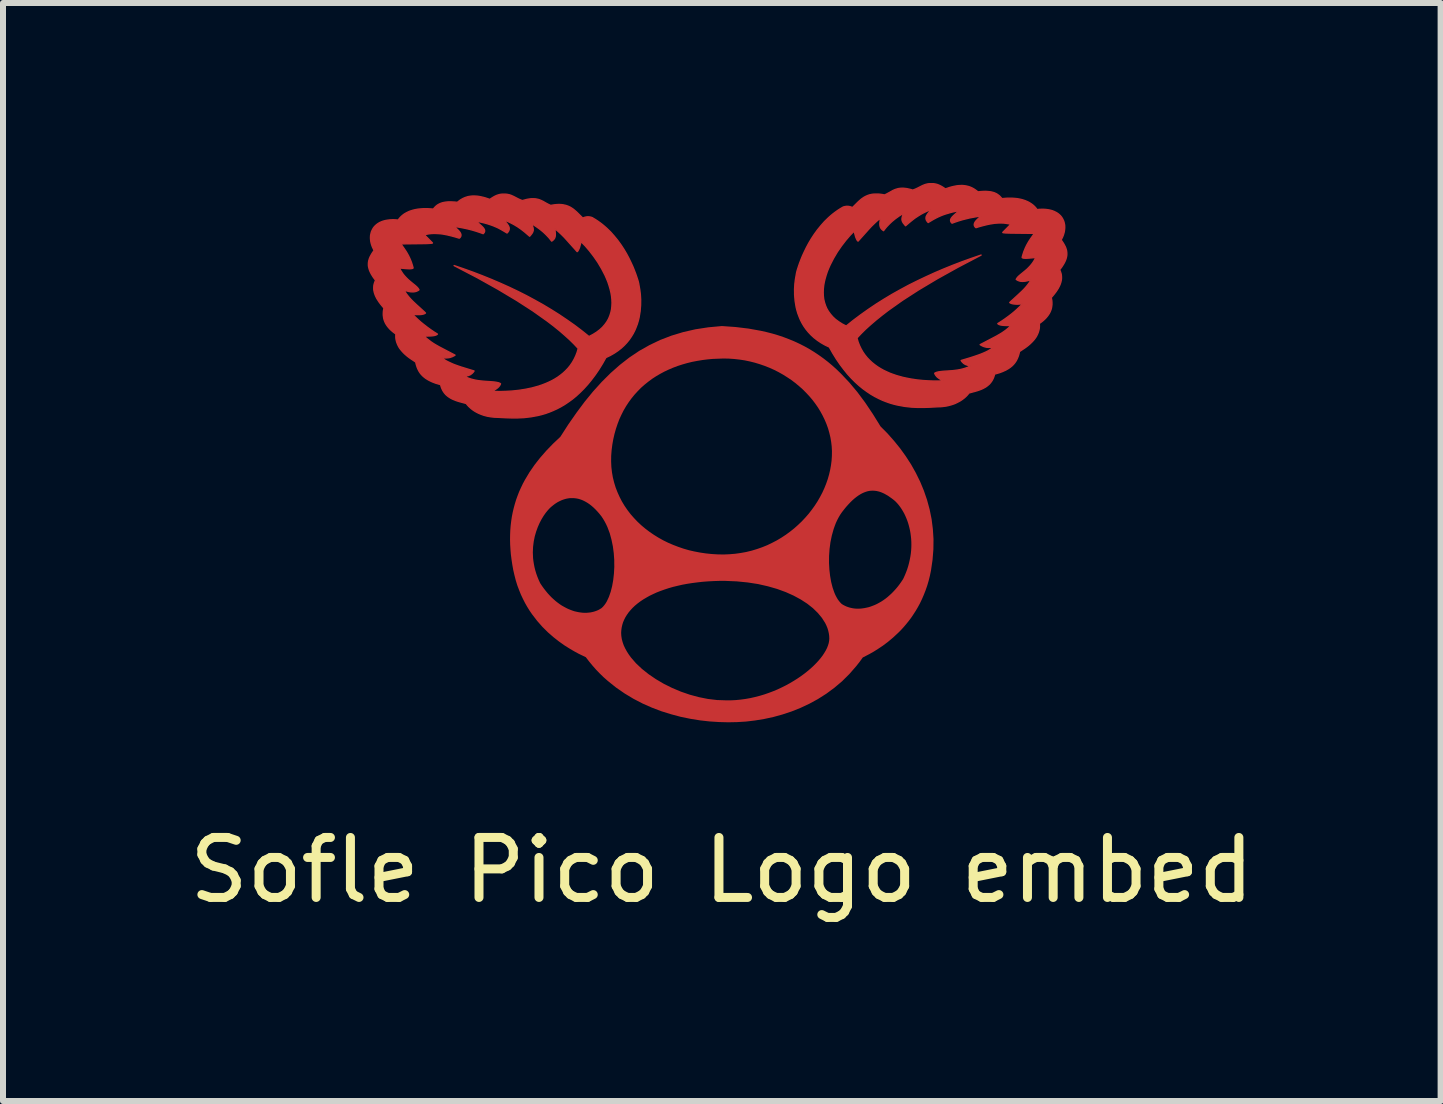
<source format=kicad_pcb>
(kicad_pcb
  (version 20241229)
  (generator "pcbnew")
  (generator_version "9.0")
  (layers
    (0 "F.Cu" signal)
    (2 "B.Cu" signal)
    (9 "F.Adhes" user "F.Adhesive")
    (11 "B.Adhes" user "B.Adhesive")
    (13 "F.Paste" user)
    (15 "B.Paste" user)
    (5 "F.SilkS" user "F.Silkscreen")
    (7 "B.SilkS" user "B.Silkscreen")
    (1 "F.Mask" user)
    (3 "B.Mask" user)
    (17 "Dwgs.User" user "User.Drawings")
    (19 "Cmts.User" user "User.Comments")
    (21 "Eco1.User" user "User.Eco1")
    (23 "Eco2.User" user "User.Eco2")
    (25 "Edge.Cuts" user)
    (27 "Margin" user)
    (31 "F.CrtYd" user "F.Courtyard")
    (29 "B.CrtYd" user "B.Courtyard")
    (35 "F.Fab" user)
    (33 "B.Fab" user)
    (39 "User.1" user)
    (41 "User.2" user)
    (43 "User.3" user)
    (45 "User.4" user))
  (footprint "Sofle Pico Logo embed"
    (layer "F.Cu")
    (at 8.912 4.495)
    (property "Reference" "Sofle Pico Logo embed" (at 0.07 6.96 0) (unlocked yes) (layer "F.SilkS") (effects (font (size 1 1) (thickness 0.15))))
    (fp_poly (pts (xy 0.298 -2.094) (xy 0.514 -2.068) (xy 0.72 -2.031) (xy 0.818 -2.009) (xy 0.915 -1.984) (xy 1.009 -1.956) (xy 1.101 -1.925) (xy 1.19 -1.891) (xy 1.278 -1.855) (xy 1.364 -1.815) (xy 1.447 -1.773) (xy 1.529 -1.727) (xy 1.609 -1.678) (xy 1.687 -1.626) (xy 1.764 -1.571) (xy 1.839 -1.513) (xy 1.913 -1.451) (xy 1.985 -1.386) (xy 2.056 -1.317) (xy 2.195 -1.17) (xy 2.33 -1.009) (xy 2.461 -0.833) (xy 2.589 -0.642) (xy 2.716 -0.437) (xy 2.831 -0.321) (xy 2.939 -0.199) (xy 3.042 -0.072) (xy 3.137 0.06) (xy 3.225 0.196) (xy 3.304 0.337) (xy 3.376 0.483) (xy 3.438 0.633) (xy 3.491 0.787) (xy 3.534 0.945) (xy 3.567 1.107) (xy 3.588 1.272) (xy 3.599 1.441) (xy 3.597 1.612) (xy 3.583 1.787) (xy 3.557 1.964) (xy 3.539 2.051) (xy 3.518 2.136) (xy 3.494 2.217) (xy 3.467 2.295) (xy 3.438 2.369) (xy 3.407 2.441) (xy 3.374 2.51) (xy 3.339 2.575) (xy 3.302 2.638) (xy 3.263 2.698) (xy 3.224 2.756) (xy 3.183 2.81) (xy 3.141 2.862) (xy 3.099 2.911) (xy 3.056 2.958) (xy 3.012 3.002) (xy 2.925 3.083) (xy 2.839 3.155) (xy 2.755 3.218) (xy 2.674 3.272) (xy 2.599 3.319) (xy 2.53 3.358) (xy 2.42 3.415) (xy 2.367 3.488) (xy 2.312 3.558) (xy 2.197 3.69) (xy 2.075 3.811) (xy 1.946 3.92) (xy 1.812 4.019) (xy 1.672 4.108) (xy 1.529 4.186) (xy 1.382 4.255) (xy 1.232 4.315) (xy 1.081 4.365) (xy 0.929 4.407) (xy 0.776 4.44) (xy 0.624 4.465) (xy 0.473 4.483) (xy 0.324 4.492) (xy 0.178 4.495) (xy 0.024 4.491) (xy -0.133 4.481) (xy -0.293 4.463) (xy -0.454 4.437) (xy -0.615 4.404) (xy -0.776 4.361) (xy -0.937 4.311) (xy -1.095 4.251) (xy -1.251 4.182) (xy -1.403 4.103) (xy -1.551 4.014) (xy -1.694 3.915) (xy -1.831 3.805) (xy -1.897 3.747) (xy -1.961 3.685) (xy -2.023 3.621) (xy -2.083 3.553) (xy -2.141 3.483) (xy -2.197 3.41) (xy -2.315 3.353) (xy -2.387 3.314) (xy -2.467 3.267) (xy -2.553 3.213) (xy -2.642 3.15) (xy -2.734 3.078) (xy -2.819 3.004) (xy -1.608 3.004) (xy -1.605 3.056) (xy -1.597 3.108) (xy -1.583 3.16) (xy -1.565 3.212) (xy -1.541 3.263) (xy -1.513 3.314) (xy -1.481 3.364) (xy -1.445 3.414) (xy -1.36 3.512) (xy -1.261 3.605) (xy -1.149 3.694) (xy -1.027 3.777) (xy -0.896 3.854) (xy -0.757 3.923) (xy -0.612 3.984) (xy -0.464 4.035) (xy -0.312 4.076) (xy -0.161 4.106) (xy -0.01 4.124) (xy 0.139 4.129) (xy 0.221 4.129) (xy 0.302 4.125) (xy 0.384 4.117) (xy 0.464 4.106) (xy 0.544 4.092) (xy 0.623 4.074) (xy 0.701 4.054) (xy 0.778 4.031) (xy 0.853 4.005) (xy 0.927 3.977) (xy 0.999 3.947) (xy 1.069 3.914) (xy 1.137 3.88) (xy 1.203 3.844) (xy 1.267 3.806) (xy 1.329 3.767) (xy 1.388 3.727) (xy 1.444 3.686) (xy 1.497 3.644) (xy 1.548 3.601) (xy 1.595 3.558) (xy 1.639 3.514) (xy 1.679 3.471) (xy 1.716 3.427) (xy 1.749 3.384) (xy 1.778 3.34) (xy 1.803 3.298) (xy 1.824 3.256) (xy 1.84 3.215) (xy 1.852 3.176) (xy 1.859 3.137) (xy 1.862 3.1) (xy 1.86 3.056) (xy 1.854 3.012) (xy 1.844 2.968) (xy 1.831 2.925) (xy 1.813 2.881) (xy 1.792 2.838) (xy 1.738 2.754) (xy 1.67 2.672) (xy 1.589 2.593) (xy 1.494 2.518) (xy 1.386 2.448) (xy 1.266 2.383) (xy 1.134 2.324) (xy 0.991 2.272) (xy 0.838 2.228) (xy 0.675 2.191) (xy 0.501 2.164) (xy 0.319 2.146) (xy 0.129 2.138) (xy 0.031 2.138) (xy -0.065 2.141) (xy -0.159 2.146) (xy -0.25 2.153) (xy -0.338 2.163) (xy -0.424 2.174) (xy -0.508 2.187) (xy -0.589 2.202) (xy -0.667 2.22) (xy -0.742 2.238) (xy -0.815 2.259) (xy -0.885 2.282) (xy -0.952 2.306) (xy -1.016 2.331) (xy -1.077 2.359) (xy -1.135 2.387) (xy -1.19 2.418) (xy -1.242 2.449) (xy -1.291 2.482) (xy -1.336 2.516) (xy -1.378 2.551) (xy -1.417 2.588) (xy -1.452 2.626) (xy -1.484 2.664) (xy -1.512 2.704) (xy -1.537 2.744) (xy -1.558 2.786) (xy -1.576 2.828) (xy -1.589 2.871) (xy -1.599 2.915) (xy -1.605 2.959) (xy -1.608 3.004) (xy -2.819 3.004) (xy -2.827 2.997) (xy -2.919 2.906) (xy -3.008 2.805) (xy -3.094 2.693) (xy -3.135 2.633) (xy -3.174 2.57) (xy -3.211 2.505) (xy -3.246 2.436) (xy -3.28 2.364) (xy -3.31 2.289) (xy -3.339 2.212) (xy -3.364 2.131) (xy -3.386 2.046) (xy -3.406 1.959) (xy -3.422 1.87) (xy -3.435 1.784) (xy -3.446 1.698) (xy -3.449 1.663) (xy -3.08 1.663) (xy -3.076 1.76) (xy -3.07 1.81) (xy -3.062 1.86) (xy -3.052 1.911) (xy -3.039 1.963) (xy -3.023 2.016) (xy -3.004 2.069) (xy -2.982 2.123) (xy -2.957 2.177) (xy -2.927 2.222) (xy -2.896 2.265) (xy -2.864 2.306) (xy -2.832 2.345) (xy -2.799 2.381) (xy -2.766 2.415) (xy -2.732 2.446) (xy -2.698 2.476) (xy -2.663 2.503) (xy -2.629 2.528) (xy -2.594 2.551) (xy -2.558 2.571) (xy -2.523 2.59) (xy -2.488 2.607) (xy -2.453 2.621) (xy -2.418 2.634) (xy -2.384 2.645) (xy -2.349 2.653) (xy -2.315 2.66) (xy -2.281 2.665) (xy -2.248 2.669) (xy -2.216 2.67) (xy -2.184 2.67) (xy -2.152 2.667) (xy -2.122 2.664) (xy -2.092 2.658) (xy -2.063 2.651) (xy -2.035 2.642) (xy -2.008 2.632) (xy -1.982 2.62) (xy -1.958 2.606) (xy -1.934 2.591) (xy -1.911 2.569) (xy -1.888 2.542) (xy -1.867 2.513) (xy -1.847 2.48) (xy -1.812 2.405) (xy -1.782 2.319) (xy -1.758 2.225) (xy -1.74 2.123) (xy -1.728 2.016) (xy -1.722 1.904) (xy -1.723 1.835) (xy 1.857 1.835) (xy 1.863 1.947) (xy 1.875 2.054) (xy 1.893 2.156) (xy 1.917 2.25) (xy 1.947 2.336) (xy 1.964 2.375) (xy 1.983 2.411) (xy 2.002 2.444) (xy 2.024 2.474) (xy 2.046 2.5) (xy 2.069 2.523) (xy 2.093 2.538) (xy 2.118 2.551) (xy 2.143 2.563) (xy 2.17 2.573) (xy 2.198 2.582) (xy 2.227 2.589) (xy 2.257 2.595) (xy 2.287 2.599) (xy 2.319 2.601) (xy 2.351 2.601) (xy 2.383 2.6) (xy 2.417 2.596) (xy 2.45 2.591) (xy 2.484 2.584) (xy 2.519 2.576) (xy 2.553 2.565) (xy 2.588 2.552) (xy 2.623 2.538) (xy 2.659 2.521) (xy 2.694 2.502) (xy 2.729 2.482) (xy 2.764 2.459) (xy 2.799 2.434) (xy 2.833 2.407) (xy 2.867 2.377) (xy 2.901 2.346) (xy 2.934 2.312) (xy 2.967 2.276) (xy 3 2.237) (xy 3.031 2.197) (xy 3.062 2.153) (xy 3.092 2.108) (xy 3.117 2.054) (xy 3.14 1.999) (xy 3.16 1.946) (xy 3.177 1.892) (xy 3.191 1.839) (xy 3.203 1.786) (xy 3.213 1.734) (xy 3.221 1.682) (xy 3.226 1.631) (xy 3.229 1.581) (xy 3.23 1.531) (xy 3.229 1.482) (xy 3.226 1.434) (xy 3.221 1.387) (xy 3.215 1.342) (xy 3.207 1.297) (xy 3.197 1.253) (xy 3.186 1.21) (xy 3.174 1.169) (xy 3.16 1.129) (xy 3.145 1.091) (xy 3.129 1.054) (xy 3.112 1.018) (xy 3.093 0.984) (xy 3.074 0.952) (xy 3.054 0.921) (xy 3.033 0.892) (xy 3.012 0.865) (xy 2.99 0.84) (xy 2.968 0.817) (xy 2.945 0.796) (xy 2.921 0.777) (xy 2.901 0.762) (xy 2.88 0.747) (xy 2.86 0.733) (xy 2.84 0.719) (xy 2.819 0.707) (xy 2.798 0.695) (xy 2.778 0.684) (xy 2.757 0.674) (xy 2.736 0.665) (xy 2.715 0.657) (xy 2.694 0.65) (xy 2.673 0.645) (xy 2.652 0.64) (xy 2.63 0.637) (xy 2.609 0.635) (xy 2.587 0.634) (xy 2.558 0.635) (xy 2.529 0.638) (xy 2.5 0.644) (xy 2.471 0.653) (xy 2.441 0.664) (xy 2.41 0.678) (xy 2.379 0.695) (xy 2.347 0.715) (xy 2.315 0.738) (xy 2.282 0.764) (xy 2.249 0.793) (xy 2.215 0.826) (xy 2.18 0.863) (xy 2.144 0.903) (xy 2.108 0.947) (xy 2.071 0.995) (xy 2.043 1.036) (xy 2.017 1.08) (xy 1.993 1.126) (xy 1.971 1.174) (xy 1.952 1.224) (xy 1.934 1.275) (xy 1.904 1.382) (xy 1.881 1.493) (xy 1.866 1.607) (xy 1.858 1.722) (xy 1.857 1.835) (xy -1.723 1.835) (xy -1.723 1.79) (xy -1.731 1.676) (xy -1.746 1.562) (xy -1.769 1.451) (xy -1.798 1.344) (xy -1.836 1.243) (xy -1.858 1.195) (xy -1.882 1.149) (xy -1.908 1.105) (xy -1.935 1.064) (xy -1.969 1.021) (xy -2.002 0.983) (xy -2.035 0.948) (xy -2.068 0.916) (xy -2.101 0.887) (xy -2.133 0.862) (xy -2.165 0.84) (xy -2.197 0.821) (xy -2.229 0.804) (xy -2.26 0.79) (xy -2.291 0.779) (xy -2.321 0.77) (xy -2.351 0.764) (xy -2.381 0.76) (xy -2.41 0.758) (xy -2.438 0.758) (xy -2.452 0.758) (xy -2.466 0.759) (xy -2.48 0.761) (xy -2.494 0.763) (xy -2.521 0.768) (xy -2.547 0.775) (xy -2.572 0.783) (xy -2.597 0.792) (xy -2.621 0.803) (xy -2.644 0.814) (xy -2.667 0.826) (xy -2.689 0.84) (xy -2.709 0.853) (xy -2.729 0.868) (xy -2.748 0.883) (xy -2.767 0.898) (xy -2.784 0.913) (xy -2.8 0.928) (xy -2.832 0.963) (xy -2.866 1.005) (xy -2.901 1.055) (xy -2.935 1.111) (xy -2.968 1.174) (xy -2.998 1.243) (xy -3.025 1.317) (xy -3.048 1.397) (xy -3.065 1.481) (xy -3.076 1.57) (xy -3.08 1.663) (xy -3.449 1.663) (xy -3.453 1.615) (xy -3.458 1.533) (xy -3.46 1.452) (xy -3.459 1.373) (xy -3.456 1.295) (xy -3.45 1.219) (xy -3.441 1.143) (xy -3.43 1.069) (xy -3.416 0.997) (xy -3.399 0.925) (xy -3.38 0.855) (xy -3.359 0.786) (xy -3.334 0.717) (xy -3.308 0.65) (xy -3.278 0.584) (xy -3.247 0.519) (xy -3.212 0.454) (xy -3.137 0.328) (xy -3.052 0.205) (xy -3.007 0.147) (xy -1.775 0.147) (xy -1.771 0.238) (xy -1.761 0.327) (xy -1.746 0.413) (xy -1.725 0.498) (xy -1.7 0.58) (xy -1.669 0.66) (xy -1.634 0.738) (xy -1.595 0.814) (xy -1.551 0.887) (xy -1.503 0.957) (xy -1.451 1.025) (xy -1.394 1.09) (xy -1.335 1.152) (xy -1.271 1.212) (xy -1.204 1.268) (xy -1.134 1.321) (xy -1.061 1.371) (xy -0.985 1.418) (xy -0.906 1.462) (xy -0.825 1.502) (xy -0.741 1.538) (xy -0.655 1.571) (xy -0.567 1.601) (xy -0.477 1.627) (xy -0.385 1.648) (xy -0.291 1.666) (xy -0.196 1.68) (xy -0.1 1.69) (xy -0.002 1.696) (xy 0.096 1.698) (xy 0.194 1.694) (xy 0.291 1.686) (xy 0.385 1.673) (xy 0.478 1.656) (xy 0.568 1.634) (xy 0.657 1.607) (xy 0.743 1.577) (xy 0.827 1.543) (xy 0.908 1.504) (xy 0.987 1.463) (xy 1.064 1.417) (xy 1.137 1.369) (xy 1.208 1.317) (xy 1.276 1.263) (xy 1.341 1.205) (xy 1.403 1.146) (xy 1.462 1.083) (xy 1.518 1.019) (xy 1.57 0.952) (xy 1.619 0.884) (xy 1.665 0.813) (xy 1.706 0.742) (xy 1.745 0.668) (xy 1.779 0.594) (xy 1.809 0.519) (xy 1.836 0.442) (xy 1.858 0.365) (xy 1.876 0.288) (xy 1.89 0.21) (xy 1.9 0.131) (xy 1.905 0.053) (xy 1.906 -0.025) (xy 1.902 -0.102) (xy 1.893 -0.179) (xy 1.88 -0.255) (xy 1.862 -0.33) (xy 1.841 -0.404) (xy 1.815 -0.476) (xy 1.785 -0.547) (xy 1.751 -0.617) (xy 1.714 -0.685) (xy 1.673 -0.752) (xy 1.628 -0.817) (xy 1.58 -0.88) (xy 1.529 -0.94) (xy 1.474 -0.999) (xy 1.417 -1.056) (xy 1.356 -1.11) (xy 1.293 -1.162) (xy 1.228 -1.211) (xy 1.159 -1.257) (xy 1.089 -1.301) (xy 1.016 -1.342) (xy 0.941 -1.38) (xy 0.863 -1.415) (xy 0.784 -1.446) (xy 0.703 -1.474) (xy 0.621 -1.499) (xy 0.537 -1.52) (xy 0.451 -1.538) (xy 0.364 -1.551) (xy 0.276 -1.561) (xy 0.187 -1.567) (xy 0.097 -1.569) (xy -0.082 -1.562) (xy -0.169 -1.554) (xy -0.256 -1.543) (xy -0.34 -1.529) (xy -0.424 -1.513) (xy -0.506 -1.493) (xy -0.586 -1.47) (xy -0.664 -1.445) (xy -0.741 -1.416) (xy -0.816 -1.384) (xy -0.888 -1.35) (xy -0.959 -1.312) (xy -1.027 -1.272) (xy -1.093 -1.229) (xy -1.156 -1.182) (xy -1.217 -1.133) (xy -1.276 -1.081) (xy -1.331 -1.025) (xy -1.384 -0.967) (xy -1.434 -0.906) (xy -1.481 -0.842) (xy -1.525 -0.775) (xy -1.566 -0.705) (xy -1.603 -0.632) (xy -1.638 -0.556) (xy -1.668 -0.477) (xy -1.695 -0.396) (xy -1.719 -0.311) (xy -1.739 -0.223) (xy -1.755 -0.133) (xy -1.767 -0.039) (xy -1.774 0.055) (xy -1.775 0.147) (xy -3.007 0.147) (xy -2.958 0.085) (xy -2.855 -0.033) (xy -2.743 -0.149) (xy -2.622 -0.263) (xy -2.488 -0.471) (xy -2.352 -0.666) (xy -2.215 -0.85) (xy -2.074 -1.022) (xy -1.93 -1.181) (xy -1.782 -1.328) (xy -1.629 -1.463) (xy -1.471 -1.586) (xy -1.307 -1.696) (xy -1.135 -1.793) (xy -0.957 -1.878) (xy -0.77 -1.95) (xy -0.575 -2.009) (xy -0.37 -2.056) (xy -0.155 -2.089) (xy 0.071 -2.11)) (stroke (width 0) (type solid)) (fill yes) (layer "F.Cu"))
    (fp_poly (pts (xy -3.531 -4.308) (xy -3.52 -4.307) (xy -3.51 -4.306) (xy -3.5 -4.304) (xy -3.49 -4.302) (xy -3.471 -4.298) (xy -3.452 -4.292) (xy -3.434 -4.285) (xy -3.417 -4.277) (xy -3.399 -4.269) (xy -3.33 -4.233) (xy -3.311 -4.224) (xy -3.293 -4.216) (xy -3.273 -4.208) (xy -3.253 -4.201) (xy -3.227 -4.209) (xy -3.203 -4.215) (xy -3.18 -4.221) (xy -3.159 -4.225) (xy -3.138 -4.228) (xy -3.118 -4.231) (xy -3.099 -4.232) (xy -3.081 -4.232) (xy -3.064 -4.232) (xy -3.048 -4.231) (xy -3.032 -4.23) (xy -3.017 -4.227) (xy -3.003 -4.224) (xy -2.989 -4.221) (xy -2.976 -4.217) (xy -2.963 -4.212) (xy -2.951 -4.207) (xy -2.939 -4.202) (xy -2.916 -4.191) (xy -2.894 -4.179) (xy -2.872 -4.166) (xy -2.85 -4.154) (xy -2.828 -4.142) (xy -2.805 -4.131) (xy -2.793 -4.125) (xy -2.78 -4.121) (xy -2.753 -4.126) (xy -2.726 -4.13) (xy -2.701 -4.133) (xy -2.677 -4.135) (xy -2.654 -4.136) (xy -2.632 -4.136) (xy -2.611 -4.135) (xy -2.59 -4.133) (xy -2.571 -4.13) (xy -2.552 -4.126) (xy -2.534 -4.122) (xy -2.517 -4.117) (xy -2.501 -4.111) (xy -2.485 -4.105) (xy -2.469 -4.097) (xy -2.454 -4.09) (xy -2.44 -4.081) (xy -2.426 -4.072) (xy -2.412 -4.063) (xy -2.399 -4.053) (xy -2.373 -4.031) (xy -2.348 -4.009) (xy -2.246 -3.908) (xy -2.244 -3.911) (xy -2.235 -3.915) (xy -2.225 -3.919) (xy -2.216 -3.922) (xy -2.206 -3.925) (xy -2.196 -3.927) (xy -2.186 -3.929) (xy -2.176 -3.93) (xy -2.166 -3.931) (xy -2.156 -3.931) (xy -2.146 -3.93) (xy -2.136 -3.929) (xy -2.126 -3.928) (xy -2.116 -3.925) (xy -2.106 -3.923) (xy -2.096 -3.919) (xy -2.087 -3.916) (xy -2.08 -3.911) (xy -2.038 -3.886) (xy -1.998 -3.86) (xy -1.959 -3.832) (xy -1.921 -3.803) (xy -1.885 -3.773) (xy -1.85 -3.742) (xy -1.783 -3.677) (xy -1.722 -3.608) (xy -1.665 -3.538) (xy -1.612 -3.465) (xy -1.564 -3.392) (xy -1.52 -3.318) (xy -1.481 -3.245) (xy -1.446 -3.173) (xy -1.414 -3.104) (xy -1.387 -3.037) (xy -1.363 -2.974) (xy -1.343 -2.915) (xy -1.326 -2.862) (xy -1.316 -2.821) (xy -1.297 -2.712) (xy -1.288 -2.637) (xy -1.283 -2.551) (xy -1.284 -2.457) (xy -1.292 -2.357) (xy -1.309 -2.252) (xy -1.322 -2.199) (xy -1.338 -2.145) (xy -1.358 -2.092) (xy -1.38 -2.039) (xy -1.407 -1.986) (xy -1.438 -1.935) (xy -1.473 -1.884) (xy -1.513 -1.835) (xy -1.558 -1.787) (xy -1.607 -1.742) (xy -1.662 -1.699) (xy -1.723 -1.658) (xy -1.789 -1.62) (xy -1.862 -1.585) (xy -1.921 -1.481) (xy -1.981 -1.384) (xy -2.042 -1.295) (xy -2.105 -1.212) (xy -2.167 -1.136) (xy -2.231 -1.066) (xy -2.295 -1.002) (xy -2.359 -0.943) (xy -2.424 -0.89) (xy -2.489 -0.843) (xy -2.553 -0.8) (xy -2.618 -0.762) (xy -2.682 -0.729) (xy -2.746 -0.7) (xy -2.81 -0.674) (xy -2.872 -0.652) (xy -2.934 -0.634) (xy -2.995 -0.619) (xy -3.114 -0.597) (xy -3.228 -0.584) (xy -3.336 -0.579) (xy -3.437 -0.579) (xy -3.53 -0.582) (xy -3.687 -0.59) (xy -3.72 -0.591) (xy -3.752 -0.594) (xy -3.783 -0.598) (xy -3.812 -0.603) (xy -3.841 -0.608) (xy -3.868 -0.615) (xy -3.894 -0.622) (xy -3.918 -0.63) (xy -3.942 -0.639) (xy -3.964 -0.648) (xy -3.985 -0.657) (xy -4.005 -0.667) (xy -4.024 -0.677) (xy -4.042 -0.687) (xy -4.059 -0.698) (xy -4.074 -0.708) (xy -4.089 -0.719) (xy -4.102 -0.729) (xy -4.115 -0.74) (xy -4.126 -0.75) (xy -4.146 -0.768) (xy -4.162 -0.785) (xy -4.174 -0.799) (xy -4.183 -0.81) (xy -4.19 -0.819) (xy -4.259 -0.838) (xy -4.293 -0.847) (xy -4.327 -0.857) (xy -4.36 -0.868) (xy -4.392 -0.881) (xy -4.423 -0.894) (xy -4.438 -0.902) (xy -4.453 -0.91) (xy -4.467 -0.919) (xy -4.481 -0.928) (xy -4.494 -0.937) (xy -4.507 -0.948) (xy -4.52 -0.959) (xy -4.532 -0.97) (xy -4.543 -0.983) (xy -4.554 -0.996) (xy -4.564 -1.01) (xy -4.574 -1.025) (xy -4.583 -1.041) (xy -4.591 -1.057) (xy -4.599 -1.075) (xy -4.606 -1.094) (xy -4.612 -1.113) (xy -4.617 -1.134) (xy -4.646 -1.142) (xy -4.673 -1.15) (xy -4.7 -1.158) (xy -4.724 -1.167) (xy -4.748 -1.176) (xy -4.77 -1.186) (xy -4.791 -1.196) (xy -4.811 -1.206) (xy -4.829 -1.216) (xy -4.847 -1.227) (xy -4.863 -1.237) (xy -4.879 -1.249) (xy -4.893 -1.26) (xy -4.907 -1.272) (xy -4.919 -1.283) (xy -4.931 -1.296) (xy -4.942 -1.308) (xy -4.952 -1.32) (xy -4.961 -1.333) (xy -4.97 -1.346) (xy -4.978 -1.359) (xy -4.985 -1.372) (xy -4.998 -1.399) (xy -5.009 -1.426) (xy -5.018 -1.454) (xy -5.026 -1.482) (xy -5.032 -1.51) (xy -5.122 -1.57) (xy -5.151 -1.591) (xy -5.18 -1.614) (xy -5.209 -1.639) (xy -5.238 -1.667) (xy -5.266 -1.698) (xy -5.279 -1.714) (xy -5.292 -1.73) (xy -5.304 -1.747) (xy -5.315 -1.765) (xy -5.325 -1.784) (xy -5.334 -1.803) (xy -5.342 -1.823) (xy -5.349 -1.843) (xy -5.355 -1.864) (xy -5.36 -1.886) (xy -5.363 -1.908) (xy -5.364 -1.931) (xy -5.364 -1.954) (xy -5.363 -1.978) (xy -5.391 -1.998) (xy -5.418 -2.019) (xy -5.443 -2.041) (xy -5.466 -2.063) (xy -5.487 -2.087) (xy -5.506 -2.111) (xy -5.523 -2.136) (xy -5.538 -2.162) (xy -5.55 -2.189) (xy -5.555 -2.203) (xy -5.56 -2.218) (xy -5.564 -2.232) (xy -5.567 -2.247) (xy -5.569 -2.262) (xy -5.571 -2.277) (xy -5.573 -2.293) (xy -5.573 -2.309) (xy -5.573 -2.325) (xy -5.572 -2.341) (xy -5.571 -2.358) (xy -5.568 -2.375) (xy -5.565 -2.393) (xy -5.562 -2.41) (xy -5.591 -2.444) (xy -5.617 -2.476) (xy -5.641 -2.508) (xy -5.662 -2.54) (xy -5.681 -2.57) (xy -5.696 -2.6) (xy -5.703 -2.615) (xy -5.709 -2.63) (xy -5.714 -2.644) (xy -5.719 -2.659) (xy -5.723 -2.673) (xy -5.726 -2.687) (xy -5.729 -2.701) (xy -5.731 -2.715) (xy -5.732 -2.728) (xy -5.732 -2.742) (xy -5.732 -2.756) (xy -5.731 -2.769) (xy -5.73 -2.783) (xy -5.728 -2.796) (xy -5.725 -2.809) (xy -5.721 -2.822) (xy -5.717 -2.835) (xy -5.712 -2.848) (xy -5.707 -2.861) (xy -5.701 -2.874) (xy -5.719 -2.896) (xy -5.735 -2.918) (xy -5.749 -2.939) (xy -5.762 -2.96) (xy -5.774 -2.98) (xy -5.784 -3) (xy -5.793 -3.018) (xy -5.801 -3.037) (xy -5.807 -3.055) (xy -5.812 -3.072) (xy -5.813 -3.078) (xy -5.304 -3.078) (xy -5.294 -3.058) (xy -5.284 -3.039) (xy -5.273 -3.021) (xy -5.262 -3.004) (xy -5.251 -2.987) (xy -5.239 -2.971) (xy -5.227 -2.956) (xy -5.215 -2.942) (xy -5.203 -2.929) (xy -5.191 -2.916) (xy -5.167 -2.892) (xy -5.142 -2.869) (xy -5.118 -2.849) (xy -5.073 -2.812) (xy -5.052 -2.795) (xy -5.033 -2.779) (xy -5.015 -2.763) (xy -5.008 -2.755) (xy -5 -2.747) (xy -4.994 -2.739) (xy -4.988 -2.731) (xy -4.983 -2.722) (xy -4.978 -2.714) (xy -4.984 -2.709) (xy -4.99 -2.705) (xy -5.003 -2.698) (xy -5.016 -2.692) (xy -5.03 -2.687) (xy -5.044 -2.684) (xy -5.059 -2.681) (xy -5.074 -2.68) (xy -5.09 -2.68) (xy -5.106 -2.681) (xy -5.122 -2.682) (xy -5.138 -2.685) (xy -5.155 -2.688) (xy -5.172 -2.693) (xy -5.19 -2.697) (xy -5.207 -2.703) (xy -5.225 -2.709) (xy -5.21 -2.681) (xy -5.193 -2.654) (xy -5.174 -2.628) (xy -5.154 -2.603) (xy -5.133 -2.578) (xy -5.111 -2.554) (xy -5.089 -2.531) (xy -5.065 -2.508) (xy -5.016 -2.462) (xy -4.967 -2.418) (xy -4.918 -2.373) (xy -4.893 -2.35) (xy -4.87 -2.327) (xy -4.876 -2.323) (xy -4.883 -2.319) (xy -4.89 -2.315) (xy -4.899 -2.312) (xy -4.908 -2.309) (xy -4.918 -2.307) (xy -4.929 -2.305) (xy -4.941 -2.303) (xy -4.954 -2.302) (xy -4.968 -2.301) (xy -4.984 -2.301) (xy -5.001 -2.301) (xy -5.02 -2.301) (xy -5.04 -2.302) (xy -5.061 -2.304) (xy -5.085 -2.306) (xy -5.041 -2.262) (xy -4.995 -2.218) (xy -4.947 -2.175) (xy -4.896 -2.134) (xy -4.843 -2.093) (xy -4.788 -2.053) (xy -4.731 -2.014) (xy -4.671 -1.976) (xy -4.674 -1.973) (xy -4.677 -1.97) (xy -4.685 -1.965) (xy -4.694 -1.961) (xy -4.705 -1.957) (xy -4.717 -1.954) (xy -4.73 -1.951) (xy -4.744 -1.949) (xy -4.759 -1.947) (xy -4.79 -1.945) (xy -4.824 -1.944) (xy -4.892 -1.942) (xy -4.864 -1.916) (xy -4.835 -1.891) (xy -4.805 -1.868) (xy -4.775 -1.845) (xy -4.744 -1.824) (xy -4.712 -1.804) (xy -4.679 -1.785) (xy -4.646 -1.766) (xy -4.377 -1.625) (xy -4.385 -1.62) (xy -4.393 -1.615) (xy -4.401 -1.611) (xy -4.409 -1.607) (xy -4.425 -1.599) (xy -4.44 -1.594) (xy -4.454 -1.589) (xy -4.469 -1.585) (xy -4.482 -1.583) (xy -4.496 -1.581) (xy -4.509 -1.58) (xy -4.522 -1.579) (xy -4.535 -1.579) (xy -4.548 -1.579) (xy -4.573 -1.58) (xy -4.598 -1.58) (xy -4.574 -1.562) (xy -4.547 -1.544) (xy -4.519 -1.527) (xy -4.489 -1.512) (xy -4.457 -1.497) (xy -4.425 -1.482) (xy -4.391 -1.468) (xy -4.356 -1.455) (xy -4.284 -1.43) (xy -4.21 -1.407) (xy -4.06 -1.361) (xy -4.067 -1.351) (xy -4.074 -1.341) (xy -4.082 -1.333) (xy -4.089 -1.325) (xy -4.097 -1.318) (xy -4.105 -1.312) (xy -4.113 -1.306) (xy -4.122 -1.3) (xy -4.131 -1.295) (xy -4.141 -1.291) (xy -4.151 -1.287) (xy -4.163 -1.283) (xy -4.175 -1.28) (xy -4.187 -1.277) (xy -4.201 -1.273) (xy -4.216 -1.27) (xy -4.196 -1.26) (xy -4.176 -1.25) (xy -4.155 -1.242) (xy -4.133 -1.234) (xy -4.112 -1.227) (xy -4.09 -1.221) (xy -4.046 -1.21) (xy -4.002 -1.202) (xy -3.957 -1.196) (xy -3.914 -1.192) (xy -3.871 -1.188) (xy -3.79 -1.183) (xy -3.753 -1.18) (xy -3.719 -1.177) (xy -3.688 -1.172) (xy -3.661 -1.166) (xy -3.648 -1.163) (xy -3.637 -1.158) (xy -3.628 -1.154) (xy -3.619 -1.148) (xy -3.623 -1.138) (xy -3.628 -1.128) (xy -3.634 -1.118) (xy -3.641 -1.109) (xy -3.648 -1.1) (xy -3.656 -1.092) (xy -3.664 -1.083) (xy -3.674 -1.076) (xy -3.684 -1.068) (xy -3.694 -1.061) (xy -3.705 -1.054) (xy -3.716 -1.047) (xy -3.728 -1.04) (xy -3.74 -1.034) (xy -3.753 -1.028) (xy -3.766 -1.022) (xy -3.696 -1.019) (xy -3.614 -1.018) (xy -3.522 -1.021) (xy -3.422 -1.027) (xy -3.316 -1.038) (xy -3.207 -1.055) (xy -3.095 -1.078) (xy -2.983 -1.109) (xy -2.928 -1.128) (xy -2.873 -1.149) (xy -2.82 -1.172) (xy -2.767 -1.197) (xy -2.717 -1.225) (xy -2.667 -1.256) (xy -2.62 -1.29) (xy -2.575 -1.326) (xy -2.532 -1.366) (xy -2.492 -1.408) (xy -2.455 -1.454) (xy -2.421 -1.504) (xy -2.391 -1.556) (xy -2.364 -1.613) (xy -2.341 -1.673) (xy -2.323 -1.736) (xy -2.391 -1.809) (xy -2.466 -1.883) (xy -2.549 -1.958) (xy -2.639 -2.036) (xy -2.737 -2.115) (xy -2.842 -2.195) (xy -3.079 -2.363) (xy -3.35 -2.538) (xy -3.658 -2.722) (xy -4.005 -2.916) (xy -4.392 -3.118) (xy -4.234 -3.064) (xy -4.078 -3.008) (xy -3.924 -2.949) (xy -3.773 -2.888) (xy -3.623 -2.824) (xy -3.476 -2.758) (xy -3.331 -2.689) (xy -3.188 -2.617) (xy -3.049 -2.542) (xy -2.911 -2.465) (xy -2.776 -2.384) (xy -2.644 -2.301) (xy -2.515 -2.214) (xy -2.388 -2.125) (xy -2.265 -2.032) (xy -2.144 -1.935) (xy -2.077 -1.97) (xy -2.018 -2.007) (xy -1.965 -2.047) (xy -1.919 -2.089) (xy -1.88 -2.134) (xy -1.846 -2.181) (xy -1.818 -2.23) (xy -1.797 -2.28) (xy -1.78 -2.333) (xy -1.768 -2.386) (xy -1.762 -2.441) (xy -1.76 -2.497) (xy -1.762 -2.554) (xy -1.768 -2.611) (xy -1.778 -2.668) (xy -1.792 -2.726) (xy -1.809 -2.784) (xy -1.828 -2.842) (xy -1.851 -2.899) (xy -1.876 -2.956) (xy -1.933 -3.066) (xy -1.996 -3.172) (xy -2.065 -3.272) (xy -2.136 -3.364) (xy -2.207 -3.447) (xy -2.277 -3.519) (xy -2.281 -3.502) (xy -2.284 -3.486) (xy -2.288 -3.471) (xy -2.292 -3.457) (xy -2.296 -3.443) (xy -2.299 -3.43) (xy -2.303 -3.418) (xy -2.307 -3.407) (xy -2.312 -3.397) (xy -2.316 -3.387) (xy -2.32 -3.379) (xy -2.324 -3.372) (xy -2.328 -3.365) (xy -2.33 -3.362) (xy -2.332 -3.359) (xy -2.334 -3.357) (xy -2.337 -3.355) (xy -2.339 -3.353) (xy -2.341 -3.351) (xy -2.514 -3.544) (xy -2.558 -3.592) (xy -2.582 -3.616) (xy -2.606 -3.64) (xy -2.631 -3.663) (xy -2.657 -3.687) (xy -2.684 -3.71) (xy -2.712 -3.734) (xy -2.711 -3.72) (xy -2.71 -3.707) (xy -2.708 -3.68) (xy -2.706 -3.666) (xy -2.705 -3.652) (xy -2.705 -3.638) (xy -2.705 -3.625) (xy -2.706 -3.618) (xy -2.706 -3.611) (xy -2.708 -3.604) (xy -2.709 -3.598) (xy -2.711 -3.591) (xy -2.713 -3.585) (xy -2.716 -3.578) (xy -2.719 -3.572) (xy -2.723 -3.566) (xy -2.727 -3.56) (xy -2.732 -3.554) (xy -2.738 -3.548) (xy -2.744 -3.542) (xy -2.751 -3.536) (xy -2.758 -3.531) (xy -2.766 -3.526) (xy -2.782 -3.546) (xy -2.798 -3.567) (xy -2.815 -3.587) (xy -2.833 -3.606) (xy -2.852 -3.626) (xy -2.871 -3.645) (xy -2.891 -3.664) (xy -2.912 -3.683) (xy -2.934 -3.701) (xy -2.956 -3.719) (xy -2.98 -3.737) (xy -3.004 -3.754) (xy -3.028 -3.771) (xy -3.054 -3.788) (xy -3.08 -3.804) (xy -3.108 -3.82) (xy -3.101 -3.808) (xy -3.096 -3.797) (xy -3.091 -3.787) (xy -3.086 -3.777) (xy -3.083 -3.767) (xy -3.08 -3.758) (xy -3.077 -3.75) (xy -3.076 -3.741) (xy -3.074 -3.733) (xy -3.074 -3.726) (xy -3.073 -3.718) (xy -3.074 -3.711) (xy -3.074 -3.705) (xy -3.075 -3.698) (xy -3.077 -3.692) (xy -3.079 -3.686) (xy -3.081 -3.68) (xy -3.083 -3.675) (xy -3.086 -3.67) (xy -3.089 -3.664) (xy -3.092 -3.659) (xy -3.095 -3.654) (xy -3.102 -3.645) (xy -3.11 -3.635) (xy -3.117 -3.626) (xy -3.125 -3.617) (xy -3.133 -3.607) (xy -3.175 -3.643) (xy -3.218 -3.68) (xy -3.263 -3.715) (xy -3.287 -3.733) (xy -3.312 -3.75) (xy -3.338 -3.768) (xy -3.365 -3.784) (xy -3.393 -3.801) (xy -3.423 -3.817) (xy -3.455 -3.833) (xy -3.489 -3.849) (xy -3.524 -3.864) (xy -3.562 -3.878) (xy -3.519 -3.826) (xy -3.508 -3.813) (xy -3.499 -3.8) (xy -3.491 -3.787) (xy -3.487 -3.781) (xy -3.484 -3.774) (xy -3.481 -3.767) (xy -3.478 -3.761) (xy -3.476 -3.754) (xy -3.475 -3.747) (xy -3.474 -3.74) (xy -3.474 -3.734) (xy -3.474 -3.727) (xy -3.475 -3.72) (xy -3.477 -3.713) (xy -3.479 -3.706) (xy -3.482 -3.698) (xy -3.486 -3.691) (xy -3.491 -3.684) (xy -3.496 -3.676) (xy -3.503 -3.669) (xy -3.51 -3.661) (xy -3.555 -3.688) (xy -3.601 -3.715) (xy -3.65 -3.742) (xy -3.677 -3.755) (xy -3.706 -3.767) (xy -3.736 -3.78) (xy -3.768 -3.792) (xy -3.803 -3.804) (xy -3.841 -3.816) (xy -3.881 -3.827) (xy -3.924 -3.838) (xy -3.971 -3.848) (xy -4.021 -3.858) (xy -4.009 -3.845) (xy -3.996 -3.832) (xy -3.982 -3.819) (xy -3.967 -3.806) (xy -3.938 -3.78) (xy -3.925 -3.767) (xy -3.912 -3.754) (xy -3.907 -3.748) (xy -3.902 -3.741) (xy -3.897 -3.735) (xy -3.893 -3.728) (xy -3.89 -3.722) (xy -3.887 -3.715) (xy -3.885 -3.709) (xy -3.884 -3.702) (xy -3.884 -3.696) (xy -3.884 -3.689) (xy -3.886 -3.683) (xy -3.888 -3.676) (xy -3.891 -3.67) (xy -3.896 -3.663) (xy -3.902 -3.657) (xy -3.908 -3.65) (xy -3.963 -3.67) (xy -4.02 -3.689) (xy -4.079 -3.707) (xy -4.139 -3.723) (xy -4.2 -3.737) (xy -4.264 -3.75) (xy -4.328 -3.761) (xy -4.395 -3.77) (xy -4.379 -3.757) (xy -4.363 -3.744) (xy -4.349 -3.731) (xy -4.335 -3.718) (xy -4.322 -3.705) (xy -4.311 -3.692) (xy -4.305 -3.685) (xy -4.3 -3.679) (xy -4.296 -3.673) (xy -4.292 -3.667) (xy -4.289 -3.66) (xy -4.285 -3.654) (xy -4.283 -3.648) (xy -4.281 -3.642) (xy -4.279 -3.636) (xy -4.279 -3.63) (xy -4.278 -3.625) (xy -4.279 -3.619) (xy -4.28 -3.613) (xy -4.281 -3.607) (xy -4.284 -3.602) (xy -4.287 -3.596) (xy -4.29 -3.591) (xy -4.295 -3.586) (xy -4.3 -3.58) (xy -4.306 -3.575) (xy -4.368 -3.594) (xy -4.434 -3.612) (xy -4.504 -3.629) (xy -4.54 -3.636) (xy -4.577 -3.643) (xy -4.614 -3.648) (xy -4.653 -3.651) (xy -4.691 -3.653) (xy -4.73 -3.654) (xy -4.769 -3.652) (xy -4.809 -3.648) (xy -4.848 -3.641) (xy -4.888 -3.632) (xy -4.754 -3.496) (xy -4.754 -3.495) (xy -4.755 -3.493) (xy -4.764 -3.491) (xy -4.8 -3.488) (xy -4.858 -3.485) (xy -4.931 -3.484) (xy -5.281 -3.48) (xy -5.252 -3.44) (xy -5.223 -3.398) (xy -5.194 -3.355) (xy -5.18 -3.332) (xy -5.167 -3.309) (xy -5.153 -3.284) (xy -5.141 -3.259) (xy -5.128 -3.232) (xy -5.117 -3.205) (xy -5.105 -3.175) (xy -5.095 -3.144) (xy -5.085 -3.112) (xy -5.076 -3.078) (xy -5.078 -3.076) (xy -5.08 -3.074) (xy -5.087 -3.071) (xy -5.096 -3.069) (xy -5.106 -3.067) (xy -5.118 -3.066) (xy -5.131 -3.065) (xy -5.16 -3.066) (xy -5.193 -3.068) (xy -5.229 -3.071) (xy -5.304 -3.078) (xy -5.813 -3.078) (xy -5.816 -3.089) (xy -5.819 -3.105) (xy -5.821 -3.121) (xy -5.821 -3.137) (xy -5.821 -3.152) (xy -5.82 -3.167) (xy -5.818 -3.181) (xy -5.816 -3.195) (xy -5.812 -3.209) (xy -5.808 -3.223) (xy -5.804 -3.236) (xy -5.798 -3.249) (xy -5.793 -3.262) (xy -5.786 -3.275) (xy -5.773 -3.299) (xy -5.758 -3.324) (xy -5.726 -3.372) (xy -5.739 -3.397) (xy -5.751 -3.422) (xy -5.761 -3.447) (xy -5.769 -3.472) (xy -5.776 -3.496) (xy -5.781 -3.521) (xy -5.784 -3.545) (xy -5.786 -3.569) (xy -5.786 -3.593) (xy -5.785 -3.616) (xy -5.781 -3.638) (xy -5.776 -3.66) (xy -5.77 -3.682) (xy -5.761 -3.702) (xy -5.751 -3.722) (xy -5.74 -3.741) (xy -5.727 -3.759) (xy -5.712 -3.776) (xy -5.695 -3.792) (xy -5.677 -3.807) (xy -5.657 -3.821) (xy -5.635 -3.834) (xy -5.611 -3.845) (xy -5.586 -3.855) (xy -5.56 -3.863) (xy -5.531 -3.87) (xy -5.501 -3.875) (xy -5.469 -3.879) (xy -5.436 -3.881) (xy -5.401 -3.882) (xy -5.364 -3.88) (xy -5.325 -3.877) (xy -5.309 -3.898) (xy -5.292 -3.918) (xy -5.274 -3.936) (xy -5.255 -3.953) (xy -5.235 -3.969) (xy -5.214 -3.983) (xy -5.193 -3.995) (xy -5.172 -4.006) (xy -5.149 -4.017) (xy -5.127 -4.026) (xy -5.104 -4.033) (xy -5.082 -4.04) (xy -5.059 -4.046) (xy -5.036 -4.051) (xy -4.991 -4.059) (xy -4.947 -4.063) (xy -4.906 -4.066) (xy -4.867 -4.066) (xy -4.831 -4.066) (xy -4.739 -4.06) (xy -4.727 -4.074) (xy -4.714 -4.088) (xy -4.701 -4.102) (xy -4.686 -4.115) (xy -4.67 -4.127) (xy -4.652 -4.138) (xy -4.632 -4.148) (xy -4.611 -4.157) (xy -4.587 -4.165) (xy -4.56 -4.171) (xy -4.531 -4.176) (xy -4.499 -4.179) (xy -4.464 -4.18) (xy -4.426 -4.179) (xy -4.384 -4.177) (xy -4.339 -4.172) (xy -4.323 -4.185) (xy -4.307 -4.197) (xy -4.291 -4.209) (xy -4.275 -4.219) (xy -4.259 -4.228) (xy -4.243 -4.237) (xy -4.227 -4.244) (xy -4.211 -4.251) (xy -4.194 -4.257) (xy -4.178 -4.262) (xy -4.161 -4.267) (xy -4.145 -4.27) (xy -4.111 -4.275) (xy -4.077 -4.278) (xy -4.043 -4.277) (xy -4.009 -4.275) (xy -3.974 -4.27) (xy -3.939 -4.263) (xy -3.904 -4.255) (xy -3.868 -4.245) (xy -3.833 -4.233) (xy -3.797 -4.221) (xy -3.782 -4.231) (xy -3.768 -4.241) (xy -3.753 -4.25) (xy -3.739 -4.259) (xy -3.726 -4.266) (xy -3.712 -4.274) (xy -3.699 -4.28) (xy -3.686 -4.286) (xy -3.673 -4.291) (xy -3.66 -4.295) (xy -3.647 -4.299) (xy -3.635 -4.302) (xy -3.622 -4.305) (xy -3.61 -4.306) (xy -3.598 -4.308) (xy -3.586 -4.309) (xy -3.553 -4.309) (xy -3.542 -4.309)) (stroke (width 0.023) (type solid)) (fill yes) (layer "F.Cu"))
    (fp_poly (pts (xy 3.553 -4.483) (xy 3.586 -4.483) (xy 3.598 -4.483) (xy 3.61 -4.481) (xy 3.622 -4.479) (xy 3.635 -4.477) (xy 3.647 -4.474) (xy 3.66 -4.47) (xy 3.673 -4.466) (xy 3.686 -4.46) (xy 3.699 -4.455) (xy 3.712 -4.448) (xy 3.726 -4.441) (xy 3.739 -4.434) (xy 3.753 -4.425) (xy 3.768 -4.416) (xy 3.782 -4.406) (xy 3.797 -4.396) (xy 3.833 -4.408) (xy 3.868 -4.42) (xy 3.904 -4.43) (xy 3.939 -4.438) (xy 3.974 -4.445) (xy 4.009 -4.45) (xy 4.043 -4.452) (xy 4.077 -4.453) (xy 4.111 -4.45) (xy 4.145 -4.445) (xy 4.161 -4.441) (xy 4.178 -4.437) (xy 4.194 -4.432) (xy 4.211 -4.426) (xy 4.227 -4.419) (xy 4.243 -4.412) (xy 4.259 -4.403) (xy 4.275 -4.394) (xy 4.291 -4.383) (xy 4.307 -4.372) (xy 4.323 -4.36) (xy 4.339 -4.347) (xy 4.384 -4.351) (xy 4.426 -4.354) (xy 4.464 -4.355) (xy 4.499 -4.353) (xy 4.531 -4.35) (xy 4.56 -4.346) (xy 4.587 -4.339) (xy 4.611 -4.332) (xy 4.632 -4.323) (xy 4.652 -4.313) (xy 4.67 -4.301) (xy 4.686 -4.289) (xy 4.701 -4.277) (xy 4.714 -4.263) (xy 4.727 -4.249) (xy 4.739 -4.234) (xy 4.831 -4.241) (xy 4.867 -4.241) (xy 4.906 -4.241) (xy 4.947 -4.238) (xy 4.991 -4.234) (xy 5.036 -4.226) (xy 5.059 -4.221) (xy 5.082 -4.215) (xy 5.104 -4.208) (xy 5.127 -4.2) (xy 5.149 -4.191) (xy 5.172 -4.181) (xy 5.193 -4.17) (xy 5.214 -4.157) (xy 5.235 -4.143) (xy 5.255 -4.128) (xy 5.274 -4.111) (xy 5.292 -4.093) (xy 5.309 -4.073) (xy 5.325 -4.051) (xy 5.364 -4.055) (xy 5.401 -4.056) (xy 5.436 -4.056) (xy 5.469 -4.054) (xy 5.501 -4.05) (xy 5.531 -4.045) (xy 5.56 -4.038) (xy 5.586 -4.03) (xy 5.611 -4.02) (xy 5.635 -4.008) (xy 5.657 -3.996) (xy 5.677 -3.982) (xy 5.695 -3.967) (xy 5.712 -3.951) (xy 5.727 -3.934) (xy 5.74 -3.916) (xy 5.751 -3.897) (xy 5.761 -3.877) (xy 5.77 -3.857) (xy 5.776 -3.835) (xy 5.781 -3.813) (xy 5.785 -3.791) (xy 5.786 -3.768) (xy 5.786 -3.744) (xy 5.784 -3.72) (xy 5.781 -3.696) (xy 5.776 -3.671) (xy 5.769 -3.646) (xy 5.761 -3.621) (xy 5.751 -3.596) (xy 5.739 -3.571) (xy 5.726 -3.546) (xy 5.758 -3.499) (xy 5.773 -3.474) (xy 5.786 -3.449) (xy 5.793 -3.437) (xy 5.798 -3.424) (xy 5.804 -3.411) (xy 5.808 -3.397) (xy 5.812 -3.384) (xy 5.816 -3.37) (xy 5.818 -3.356) (xy 5.82 -3.341) (xy 5.821 -3.327) (xy 5.821 -3.311) (xy 5.821 -3.296) (xy 5.819 -3.28) (xy 5.816 -3.264) (xy 5.812 -3.247) (xy 5.807 -3.229) (xy 5.801 -3.212) (xy 5.793 -3.193) (xy 5.784 -3.174) (xy 5.774 -3.155) (xy 5.762 -3.135) (xy 5.749 -3.114) (xy 5.735 -3.093) (xy 5.719 -3.071) (xy 5.701 -3.049) (xy 5.707 -3.036) (xy 5.712 -3.023) (xy 5.717 -3.01) (xy 5.721 -2.997) (xy 5.725 -2.984) (xy 5.728 -2.971) (xy 5.73 -2.957) (xy 5.731 -2.944) (xy 5.732 -2.931) (xy 5.732 -2.917) (xy 5.732 -2.903) (xy 5.731 -2.89) (xy 5.729 -2.876) (xy 5.726 -2.862) (xy 5.723 -2.848) (xy 5.719 -2.833) (xy 5.714 -2.819) (xy 5.709 -2.804) (xy 5.703 -2.79) (xy 5.696 -2.775) (xy 5.681 -2.745) (xy 5.662 -2.714) (xy 5.641 -2.683) (xy 5.617 -2.651) (xy 5.591 -2.619) (xy 5.562 -2.585) (xy 5.565 -2.567) (xy 5.568 -2.55) (xy 5.571 -2.533) (xy 5.572 -2.516) (xy 5.573 -2.5) (xy 5.573 -2.484) (xy 5.573 -2.468) (xy 5.571 -2.452) (xy 5.569 -2.437) (xy 5.567 -2.422) (xy 5.564 -2.407) (xy 5.56 -2.392) (xy 5.555 -2.378) (xy 5.55 -2.364) (xy 5.538 -2.337) (xy 5.523 -2.311) (xy 5.506 -2.286) (xy 5.487 -2.262) (xy 5.466 -2.238) (xy 5.443 -2.216) (xy 5.418 -2.194) (xy 5.391 -2.173) (xy 5.363 -2.153) (xy 5.364 -2.129) (xy 5.364 -2.106) (xy 5.363 -2.083) (xy 5.36 -2.06) (xy 5.355 -2.039) (xy 5.349 -2.018) (xy 5.342 -1.997) (xy 5.334 -1.978) (xy 5.325 -1.959) (xy 5.315 -1.94) (xy 5.304 -1.922) (xy 5.292 -1.905) (xy 5.279 -1.888) (xy 5.266 -1.872) (xy 5.238 -1.842) (xy 5.209 -1.814) (xy 5.18 -1.789) (xy 5.151 -1.766) (xy 5.122 -1.745) (xy 5.032 -1.685) (xy 5.026 -1.656) (xy 5.018 -1.628) (xy 5.009 -1.601) (xy 4.998 -1.574) (xy 4.985 -1.547) (xy 4.978 -1.534) (xy 4.97 -1.521) (xy 4.961 -1.508) (xy 4.952 -1.495) (xy 4.942 -1.483) (xy 4.931 -1.47) (xy 4.919 -1.458) (xy 4.907 -1.446) (xy 4.893 -1.435) (xy 4.879 -1.423) (xy 4.863 -1.412) (xy 4.847 -1.401) (xy 4.829 -1.391) (xy 4.811 -1.38) (xy 4.791 -1.37) (xy 4.77 -1.361) (xy 4.748 -1.351) (xy 4.724 -1.342) (xy 4.7 -1.333) (xy 4.673 -1.325) (xy 4.646 -1.317) (xy 4.617 -1.309) (xy 4.612 -1.288) (xy 4.606 -1.269) (xy 4.599 -1.25) (xy 4.591 -1.232) (xy 4.583 -1.216) (xy 4.574 -1.2) (xy 4.564 -1.185) (xy 4.554 -1.171) (xy 4.543 -1.158) (xy 4.532 -1.145) (xy 4.52 -1.134) (xy 4.507 -1.123) (xy 4.494 -1.112) (xy 4.481 -1.103) (xy 4.467 -1.093) (xy 4.453 -1.085) (xy 4.438 -1.077) (xy 4.423 -1.069) (xy 4.392 -1.055) (xy 4.36 -1.043) (xy 4.327 -1.032) (xy 4.293 -1.022) (xy 4.259 -1.013) (xy 4.19 -0.994) (xy 4.183 -0.985) (xy 4.174 -0.974) (xy 4.162 -0.96) (xy 4.146 -0.943) (xy 4.126 -0.924) (xy 4.115 -0.914) (xy 4.102 -0.904) (xy 4.089 -0.894) (xy 4.074 -0.883) (xy 4.059 -0.873) (xy 4.042 -0.862) (xy 4.024 -0.852) (xy 4.005 -0.842) (xy 3.985 -0.832) (xy 3.964 -0.822) (xy 3.942 -0.813) (xy 3.918 -0.805) (xy 3.894 -0.797) (xy 3.868 -0.79) (xy 3.841 -0.783) (xy 3.812 -0.777) (xy 3.783 -0.773) (xy 3.752 -0.769) (xy 3.72 -0.766) (xy 3.687 -0.765) (xy 3.53 -0.757) (xy 3.437 -0.754) (xy 3.336 -0.754) (xy 3.228 -0.759) (xy 3.114 -0.772) (xy 2.995 -0.794) (xy 2.934 -0.809) (xy 2.872 -0.827) (xy 2.81 -0.849) (xy 2.746 -0.874) (xy 2.682 -0.904) (xy 2.618 -0.937) (xy 2.553 -0.975) (xy 2.489 -1.018) (xy 2.424 -1.065) (xy 2.359 -1.118) (xy 2.295 -1.176) (xy 2.231 -1.24) (xy 2.167 -1.31) (xy 2.105 -1.387) (xy 2.042 -1.47) (xy 1.981 -1.559) (xy 1.921 -1.656) (xy 1.862 -1.76) (xy 1.789 -1.795) (xy 1.723 -1.833) (xy 1.662 -1.874) (xy 1.607 -1.917) (xy 1.558 -1.962) (xy 1.513 -2.01) (xy 1.473 -2.059) (xy 1.438 -2.109) (xy 1.407 -2.161) (xy 1.38 -2.214) (xy 1.358 -2.267) (xy 1.338 -2.32) (xy 1.322 -2.374) (xy 1.309 -2.427) (xy 1.292 -2.532) (xy 1.284 -2.632) (xy 1.284 -2.672) (xy 1.76 -2.672) (xy 1.762 -2.616) (xy 1.768 -2.561) (xy 1.78 -2.508) (xy 1.797 -2.455) (xy 1.818 -2.405) (xy 1.846 -2.356) (xy 1.88 -2.309) (xy 1.919 -2.264) (xy 1.965 -2.221) (xy 2.018 -2.182) (xy 2.077 -2.144) (xy 2.144 -2.11) (xy 2.265 -2.207) (xy 2.388 -2.299) (xy 2.515 -2.389) (xy 2.644 -2.476) (xy 2.776 -2.559) (xy 2.911 -2.64) (xy 3.049 -2.717) (xy 3.188 -2.792) (xy 3.331 -2.863) (xy 3.476 -2.932) (xy 3.623 -2.999) (xy 3.773 -3.063) (xy 3.924 -3.124) (xy 4.078 -3.183) (xy 4.234 -3.239) (xy 4.392 -3.293) (xy 4.005 -3.09) (xy 3.658 -2.897) (xy 3.35 -2.713) (xy 3.079 -2.538) (xy 2.842 -2.37) (xy 2.737 -2.289) (xy 2.639 -2.21) (xy 2.549 -2.133) (xy 2.466 -2.058) (xy 2.391 -1.984) (xy 2.323 -1.911) (xy 2.341 -1.847) (xy 2.364 -1.787) (xy 2.391 -1.731) (xy 2.421 -1.678) (xy 2.455 -1.629) (xy 2.492 -1.583) (xy 2.532 -1.541) (xy 2.575 -1.501) (xy 2.62 -1.465) (xy 2.667 -1.431) (xy 2.717 -1.4) (xy 2.767 -1.372) (xy 2.82 -1.347) (xy 2.873 -1.323) (xy 2.928 -1.303) (xy 2.983 -1.284) (xy 3.095 -1.253) (xy 3.207 -1.23) (xy 3.316 -1.213) (xy 3.422 -1.202) (xy 3.522 -1.196) (xy 3.614 -1.193) (xy 3.696 -1.194) (xy 3.766 -1.196) (xy 3.753 -1.202) (xy 3.74 -1.209) (xy 3.728 -1.215) (xy 3.716 -1.222) (xy 3.705 -1.228) (xy 3.694 -1.235) (xy 3.684 -1.243) (xy 3.674 -1.25) (xy 3.664 -1.258) (xy 3.656 -1.266) (xy 3.648 -1.275) (xy 3.641 -1.284) (xy 3.634 -1.293) (xy 3.628 -1.303) (xy 3.623 -1.313) (xy 3.619 -1.323) (xy 3.628 -1.328) (xy 3.637 -1.333) (xy 3.648 -1.337) (xy 3.661 -1.341) (xy 3.688 -1.347) (xy 3.719 -1.351) (xy 3.753 -1.355) (xy 3.79 -1.358) (xy 3.871 -1.363) (xy 3.914 -1.366) (xy 3.957 -1.371) (xy 4.002 -1.377) (xy 4.046 -1.385) (xy 4.09 -1.396) (xy 4.112 -1.402) (xy 4.133 -1.409) (xy 4.155 -1.417) (xy 4.176 -1.425) (xy 4.196 -1.435) (xy 4.216 -1.445) (xy 4.201 -1.448) (xy 4.187 -1.451) (xy 4.175 -1.455) (xy 4.163 -1.458) (xy 4.151 -1.462) (xy 4.141 -1.466) (xy 4.131 -1.47) (xy 4.122 -1.475) (xy 4.113 -1.481) (xy 4.105 -1.486) (xy 4.097 -1.493) (xy 4.089 -1.5) (xy 4.082 -1.508) (xy 4.074 -1.516) (xy 4.067 -1.526) (xy 4.06 -1.536) (xy 4.21 -1.581) (xy 4.284 -1.605) (xy 4.356 -1.63) (xy 4.391 -1.643) (xy 4.425 -1.657) (xy 4.457 -1.671) (xy 4.489 -1.686) (xy 4.519 -1.702) (xy 4.547 -1.719) (xy 4.574 -1.737) (xy 4.598 -1.755) (xy 4.573 -1.755) (xy 4.548 -1.754) (xy 4.535 -1.754) (xy 4.522 -1.754) (xy 4.509 -1.754) (xy 4.496 -1.756) (xy 4.482 -1.757) (xy 4.469 -1.76) (xy 4.454 -1.764) (xy 4.44 -1.768) (xy 4.425 -1.774) (xy 4.409 -1.781) (xy 4.401 -1.786) (xy 4.393 -1.79) (xy 4.385 -1.795) (xy 4.377 -1.8) (xy 4.646 -1.941) (xy 4.679 -1.96) (xy 4.712 -1.979) (xy 4.744 -1.999) (xy 4.775 -2.02) (xy 4.805 -2.042) (xy 4.835 -2.066) (xy 4.864 -2.091) (xy 4.892 -2.117) (xy 4.824 -2.119) (xy 4.79 -2.12) (xy 4.759 -2.122) (xy 4.744 -2.124) (xy 4.73 -2.126) (xy 4.717 -2.128) (xy 4.705 -2.132) (xy 4.694 -2.135) (xy 4.685 -2.14) (xy 4.677 -2.145) (xy 4.674 -2.148) (xy 4.671 -2.151) (xy 4.731 -2.189) (xy 4.788 -2.228) (xy 4.843 -2.268) (xy 4.896 -2.308) (xy 4.947 -2.35) (xy 4.995 -2.393) (xy 5.041 -2.437) (xy 5.085 -2.481) (xy 5.061 -2.479) (xy 5.04 -2.477) (xy 5.02 -2.476) (xy 5.001 -2.475) (xy 4.984 -2.475) (xy 4.968 -2.476) (xy 4.954 -2.477) (xy 4.941 -2.478) (xy 4.929 -2.48) (xy 4.918 -2.482) (xy 4.908 -2.484) (xy 4.899 -2.487) (xy 4.89 -2.49) (xy 4.883 -2.494) (xy 4.876 -2.497) (xy 4.87 -2.502) (xy 4.893 -2.525) (xy 4.918 -2.547) (xy 4.967 -2.592) (xy 5.016 -2.637) (xy 5.065 -2.683) (xy 5.089 -2.706) (xy 5.111 -2.729) (xy 5.133 -2.753) (xy 5.154 -2.778) (xy 5.174 -2.803) (xy 5.193 -2.829) (xy 5.21 -2.856) (xy 5.225 -2.884) (xy 5.207 -2.878) (xy 5.19 -2.872) (xy 5.172 -2.867) (xy 5.155 -2.863) (xy 5.138 -2.86) (xy 5.122 -2.857) (xy 5.106 -2.856) (xy 5.09 -2.855) (xy 5.074 -2.855) (xy 5.059 -2.856) (xy 5.044 -2.858) (xy 5.03 -2.862) (xy 5.016 -2.867) (xy 5.003 -2.872) (xy 4.99 -2.88) (xy 4.984 -2.884) (xy 4.978 -2.888) (xy 4.983 -2.897) (xy 4.988 -2.905) (xy 4.994 -2.914) (xy 5 -2.922) (xy 5.008 -2.93) (xy 5.015 -2.938) (xy 5.033 -2.954) (xy 5.052 -2.97) (xy 5.073 -2.987) (xy 5.118 -3.024) (xy 5.142 -3.044) (xy 5.167 -3.066) (xy 5.191 -3.091) (xy 5.203 -3.103) (xy 5.215 -3.117) (xy 5.227 -3.131) (xy 5.239 -3.146) (xy 5.251 -3.162) (xy 5.262 -3.178) (xy 5.273 -3.196) (xy 5.284 -3.214) (xy 5.294 -3.233) (xy 5.304 -3.253) (xy 5.229 -3.246) (xy 5.193 -3.243) (xy 5.16 -3.241) (xy 5.131 -3.24) (xy 5.118 -3.241) (xy 5.106 -3.242) (xy 5.096 -3.243) (xy 5.087 -3.246) (xy 5.08 -3.249) (xy 5.078 -3.251) (xy 5.076 -3.253) (xy 5.085 -3.287) (xy 5.095 -3.319) (xy 5.105 -3.35) (xy 5.117 -3.379) (xy 5.128 -3.407) (xy 5.141 -3.434) (xy 5.153 -3.459) (xy 5.167 -3.484) (xy 5.18 -3.507) (xy 5.194 -3.53) (xy 5.223 -3.573) (xy 5.252 -3.614) (xy 5.281 -3.655) (xy 4.931 -3.659) (xy 4.858 -3.66) (xy 4.8 -3.662) (xy 4.764 -3.666) (xy 4.755 -3.668) (xy 4.754 -3.67) (xy 4.754 -3.671) (xy 4.888 -3.807) (xy 4.848 -3.816) (xy 4.809 -3.822) (xy 4.769 -3.827) (xy 4.73 -3.828) (xy 4.691 -3.828) (xy 4.653 -3.826) (xy 4.614 -3.823) (xy 4.577 -3.817) (xy 4.54 -3.811) (xy 4.504 -3.804) (xy 4.434 -3.787) (xy 4.368 -3.769) (xy 4.306 -3.75) (xy 4.3 -3.755) (xy 4.295 -3.761) (xy 4.29 -3.766) (xy 4.287 -3.771) (xy 4.284 -3.777) (xy 4.281 -3.782) (xy 4.28 -3.788) (xy 4.279 -3.794) (xy 4.278 -3.799) (xy 4.279 -3.805) (xy 4.279 -3.811) (xy 4.281 -3.817) (xy 4.283 -3.823) (xy 4.285 -3.829) (xy 4.289 -3.835) (xy 4.292 -3.842) (xy 4.296 -3.848) (xy 4.3 -3.854) (xy 4.305 -3.86) (xy 4.311 -3.867) (xy 4.322 -3.879) (xy 4.335 -3.892) (xy 4.349 -3.905) (xy 4.363 -3.918) (xy 4.379 -3.932) (xy 4.395 -3.945) (xy 4.328 -3.935) (xy 4.264 -3.924) (xy 4.2 -3.912) (xy 4.139 -3.897) (xy 4.079 -3.882) (xy 4.02 -3.864) (xy 3.963 -3.845) (xy 3.908 -3.825) (xy 3.902 -3.831) (xy 3.896 -3.838) (xy 3.891 -3.844) (xy 3.888 -3.851) (xy 3.886 -3.858) (xy 3.884 -3.864) (xy 3.884 -3.871) (xy 3.884 -3.877) (xy 3.885 -3.884) (xy 3.887 -3.89) (xy 3.89 -3.897) (xy 3.893 -3.903) (xy 3.897 -3.909) (xy 3.902 -3.916) (xy 3.907 -3.922) (xy 3.912 -3.929) (xy 3.925 -3.942) (xy 3.938 -3.955) (xy 3.967 -3.981) (xy 3.982 -3.994) (xy 3.996 -4.007) (xy 4.009 -4.02) (xy 4.021 -4.033) (xy 3.971 -4.023) (xy 3.924 -4.013) (xy 3.881 -4.002) (xy 3.841 -3.99) (xy 3.803 -3.979) (xy 3.768 -3.967) (xy 3.736 -3.955) (xy 3.706 -3.942) (xy 3.677 -3.929) (xy 3.65 -3.916) (xy 3.601 -3.89) (xy 3.555 -3.863) (xy 3.51 -3.836) (xy 3.503 -3.844) (xy 3.496 -3.851) (xy 3.491 -3.859) (xy 3.486 -3.866) (xy 3.482 -3.873) (xy 3.479 -3.88) (xy 3.477 -3.887) (xy 3.475 -3.895) (xy 3.474 -3.902) (xy 3.474 -3.908) (xy 3.474 -3.915) (xy 3.475 -3.922) (xy 3.476 -3.929) (xy 3.478 -3.936) (xy 3.481 -3.942) (xy 3.484 -3.949) (xy 3.487 -3.956) (xy 3.491 -3.962) (xy 3.499 -3.975) (xy 3.508 -3.988) (xy 3.519 -4.001) (xy 3.562 -4.053) (xy 3.524 -4.039) (xy 3.489 -4.024) (xy 3.455 -4.008) (xy 3.423 -3.992) (xy 3.393 -3.976) (xy 3.365 -3.959) (xy 3.338 -3.942) (xy 3.312 -3.925) (xy 3.287 -3.908) (xy 3.263 -3.89) (xy 3.218 -3.854) (xy 3.175 -3.818) (xy 3.133 -3.782) (xy 3.125 -3.791) (xy 3.117 -3.801) (xy 3.11 -3.81) (xy 3.102 -3.82) (xy 3.095 -3.829) (xy 3.092 -3.834) (xy 3.089 -3.839) (xy 3.086 -3.844) (xy 3.083 -3.85) (xy 3.081 -3.855) (xy 3.079 -3.861) (xy 3.077 -3.867) (xy 3.075 -3.873) (xy 3.074 -3.88) (xy 3.074 -3.886) (xy 3.073 -3.893) (xy 3.074 -3.901) (xy 3.074 -3.908) (xy 3.076 -3.916) (xy 3.077 -3.924) (xy 3.08 -3.933) (xy 3.083 -3.942) (xy 3.086 -3.952) (xy 3.091 -3.962) (xy 3.096 -3.972) (xy 3.101 -3.983) (xy 3.108 -3.994) (xy 3.08 -3.979) (xy 3.054 -3.962) (xy 3.028 -3.946) (xy 3.004 -3.929) (xy 2.98 -3.912) (xy 2.956 -3.894) (xy 2.934 -3.876) (xy 2.912 -3.858) (xy 2.891 -3.839) (xy 2.871 -3.82) (xy 2.852 -3.801) (xy 2.833 -3.781) (xy 2.815 -3.762) (xy 2.798 -3.741) (xy 2.782 -3.721) (xy 2.766 -3.7) (xy 2.758 -3.706) (xy 2.751 -3.711) (xy 2.744 -3.717) (xy 2.738 -3.723) (xy 2.732 -3.729) (xy 2.727 -3.735) (xy 2.723 -3.741) (xy 2.719 -3.747) (xy 2.716 -3.753) (xy 2.713 -3.76) (xy 2.711 -3.766) (xy 2.709 -3.773) (xy 2.708 -3.779) (xy 2.706 -3.786) (xy 2.706 -3.793) (xy 2.705 -3.799) (xy 2.705 -3.813) (xy 2.705 -3.827) (xy 2.706 -3.841) (xy 2.708 -3.854) (xy 2.71 -3.882) (xy 2.711 -3.895) (xy 2.712 -3.909) (xy 2.684 -3.885) (xy 2.657 -3.862) (xy 2.631 -3.838) (xy 2.606 -3.814) (xy 2.582 -3.791) (xy 2.558 -3.767) (xy 2.514 -3.719) (xy 2.341 -3.526) (xy 2.339 -3.528) (xy 2.337 -3.53) (xy 2.334 -3.532) (xy 2.332 -3.534) (xy 2.33 -3.537) (xy 2.328 -3.54) (xy 2.324 -3.546) (xy 2.32 -3.554) (xy 2.316 -3.562) (xy 2.312 -3.572) (xy 2.307 -3.582) (xy 2.303 -3.593) (xy 2.299 -3.605) (xy 2.296 -3.618) (xy 2.292 -3.632) (xy 2.288 -3.646) (xy 2.284 -3.661) (xy 2.281 -3.677) (xy 2.277 -3.694) (xy 2.207 -3.622) (xy 2.136 -3.539) (xy 2.065 -3.447) (xy 1.996 -3.347) (xy 1.933 -3.241) (xy 1.876 -3.13) (xy 1.851 -3.074) (xy 1.828 -3.017) (xy 1.809 -2.959) (xy 1.792 -2.901) (xy 1.778 -2.843) (xy 1.768 -2.786) (xy 1.762 -2.728) (xy 1.76 -2.672) (xy 1.284 -2.672) (xy 1.283 -2.726) (xy 1.288 -2.812) (xy 1.297 -2.887) (xy 1.316 -2.996) (xy 1.326 -3.036) (xy 1.343 -3.09) (xy 1.363 -3.149) (xy 1.387 -3.212) (xy 1.414 -3.279) (xy 1.446 -3.348) (xy 1.481 -3.42) (xy 1.52 -3.493) (xy 1.564 -3.567) (xy 1.612 -3.64) (xy 1.665 -3.713) (xy 1.722 -3.783) (xy 1.783 -3.852) (xy 1.85 -3.917) (xy 1.885 -3.948) (xy 1.921 -3.978) (xy 1.959 -4.007) (xy 1.998 -4.035) (xy 2.038 -4.061) (xy 2.08 -4.086) (xy 2.087 -4.09) (xy 2.096 -4.094) (xy 2.106 -4.098) (xy 2.116 -4.1) (xy 2.126 -4.102) (xy 2.136 -4.104) (xy 2.146 -4.105) (xy 2.156 -4.106) (xy 2.166 -4.105) (xy 2.176 -4.105) (xy 2.186 -4.104) (xy 2.196 -4.102) (xy 2.206 -4.1) (xy 2.216 -4.097) (xy 2.225 -4.094) (xy 2.235 -4.09) (xy 2.244 -4.086) (xy 2.246 -4.083) (xy 2.348 -4.184) (xy 2.373 -4.206) (xy 2.399 -4.228) (xy 2.412 -4.237) (xy 2.426 -4.247) (xy 2.44 -4.256) (xy 2.454 -4.264) (xy 2.469 -4.272) (xy 2.485 -4.279) (xy 2.501 -4.286) (xy 2.517 -4.292) (xy 2.534 -4.297) (xy 2.552 -4.301) (xy 2.571 -4.305) (xy 2.59 -4.308) (xy 2.611 -4.309) (xy 2.632 -4.31) (xy 2.654 -4.31) (xy 2.677 -4.31) (xy 2.701 -4.308) (xy 2.726 -4.305) (xy 2.753 -4.301) (xy 2.78 -4.295) (xy 2.793 -4.3) (xy 2.805 -4.305) (xy 2.828 -4.317) (xy 2.85 -4.329) (xy 2.872 -4.341) (xy 2.894 -4.353) (xy 2.916 -4.366) (xy 2.939 -4.377) (xy 2.951 -4.382) (xy 2.963 -4.387) (xy 2.976 -4.391) (xy 2.989 -4.395) (xy 3.003 -4.399) (xy 3.017 -4.402) (xy 3.032 -4.404) (xy 3.048 -4.406) (xy 3.064 -4.407) (xy 3.081 -4.407) (xy 3.099 -4.407) (xy 3.118 -4.405) (xy 3.138 -4.403) (xy 3.159 -4.4) (xy 3.18 -4.395) (xy 3.203 -4.39) (xy 3.227 -4.384) (xy 3.253 -4.376) (xy 3.273 -4.383) (xy 3.293 -4.391) (xy 3.311 -4.399) (xy 3.33 -4.408) (xy 3.399 -4.443) (xy 3.417 -4.452) (xy 3.434 -4.459) (xy 3.452 -4.466) (xy 3.471 -4.472) (xy 3.49 -4.477) (xy 3.5 -4.479) (xy 3.51 -4.481) (xy 3.52 -4.482) (xy 3.531 -4.483) (xy 3.542 -4.483)) (stroke (width 0.023) (type solid)) (fill yes) (layer "F.Cu")))
  (gr_rect
    (start -3 -3)
    (end 20.964 15.303)
    (stroke (width 0.1) (type default))
    (fill no)
    (layer "Edge.Cuts")))
</source>
